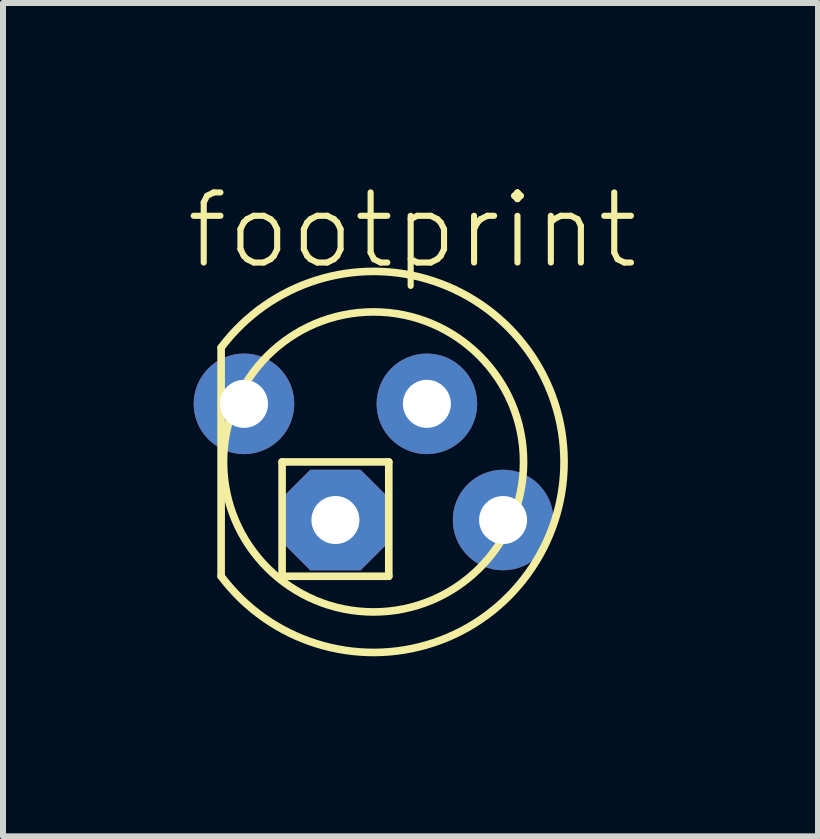
<source format=kicad_pcb>
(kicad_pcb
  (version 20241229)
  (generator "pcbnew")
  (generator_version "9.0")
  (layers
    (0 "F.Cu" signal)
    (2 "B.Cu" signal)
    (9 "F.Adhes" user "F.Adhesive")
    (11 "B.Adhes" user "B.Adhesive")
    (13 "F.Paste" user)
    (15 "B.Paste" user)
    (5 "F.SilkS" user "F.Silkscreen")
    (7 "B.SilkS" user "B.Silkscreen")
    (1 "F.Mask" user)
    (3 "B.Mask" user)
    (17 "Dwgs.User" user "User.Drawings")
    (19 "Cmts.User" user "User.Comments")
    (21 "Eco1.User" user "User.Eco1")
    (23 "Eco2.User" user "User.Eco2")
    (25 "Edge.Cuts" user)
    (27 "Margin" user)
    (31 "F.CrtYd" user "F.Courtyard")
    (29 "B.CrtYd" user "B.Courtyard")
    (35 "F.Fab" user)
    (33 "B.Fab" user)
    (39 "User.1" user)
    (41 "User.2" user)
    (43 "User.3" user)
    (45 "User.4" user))
  (footprint "footprint"
    (layer "F.Cu")
    (at 3.175 4.648)
    (property "Reference" "footprint" (at -3.175 -3.175 0) (layer "F.SilkS") (effects (font (size 1.168 1.168) (thickness 0.102)) (justify left bottom)))
    (fp_line (start -2.54 -1.905) (end -2.54 1.905) (stroke (width 0.127) (type solid)) (layer "F.SilkS"))
    (fp_line (start -1.524 0) (end 0.254 0) (stroke (width 0.127) (type solid)) (layer "F.SilkS"))
    (fp_line (start -1.524 1.905) (end -1.524 0) (stroke (width 0.127) (type solid)) (layer "F.SilkS"))
    (fp_line (start 0.254 0) (end 0.254 1.905) (stroke (width 0.127) (type solid)) (layer "F.SilkS"))
    (fp_line (start 0.254 1.905) (end -1.524 1.905) (stroke (width 0.127) (type solid)) (layer "F.SilkS"))
    (fp_arc (start -2.54 -1.905) (mid 3.175 0) (end -2.54 1.905) (stroke (width 0.127) (type solid)) (layer "F.SilkS"))
    (fp_circle (center 0 0) (end 2.5 0) (stroke (width 0.127) (type solid)) (fill no) (layer "F.SilkS"))
    (pad "1" thru_hole circle (at -2.159 -0.968 90) (size 1.676 1.676) (drill 0.8) (layers "*.Cu" "*.Mask"))
    (pad "2" thru_hole roundrect (at -0.635 0.968 90) (size 1.676 1.676) (drill 0.8) (layers "*.Cu" "*.Mask") (roundrect_rratio 0.25) (chamfer_ratio 0.25) (chamfer top_left top_right bottom_left bottom_right))
    (pad "3" thru_hole circle (at 0.889 -0.968 90) (size 1.676 1.676) (drill 0.8) (layers "*.Cu" "*.Mask"))
    (pad "4" thru_hole circle (at 2.159 0.968 90) (size 1.676 1.676) (drill 0.8) (layers "*.Cu" "*.Mask")))
  (gr_rect
    (start -3 -3)
    (end 10.582 10.887)
    (stroke (width 0.1) (type default))
    (fill no)
    (layer "Edge.Cuts")))
</source>
